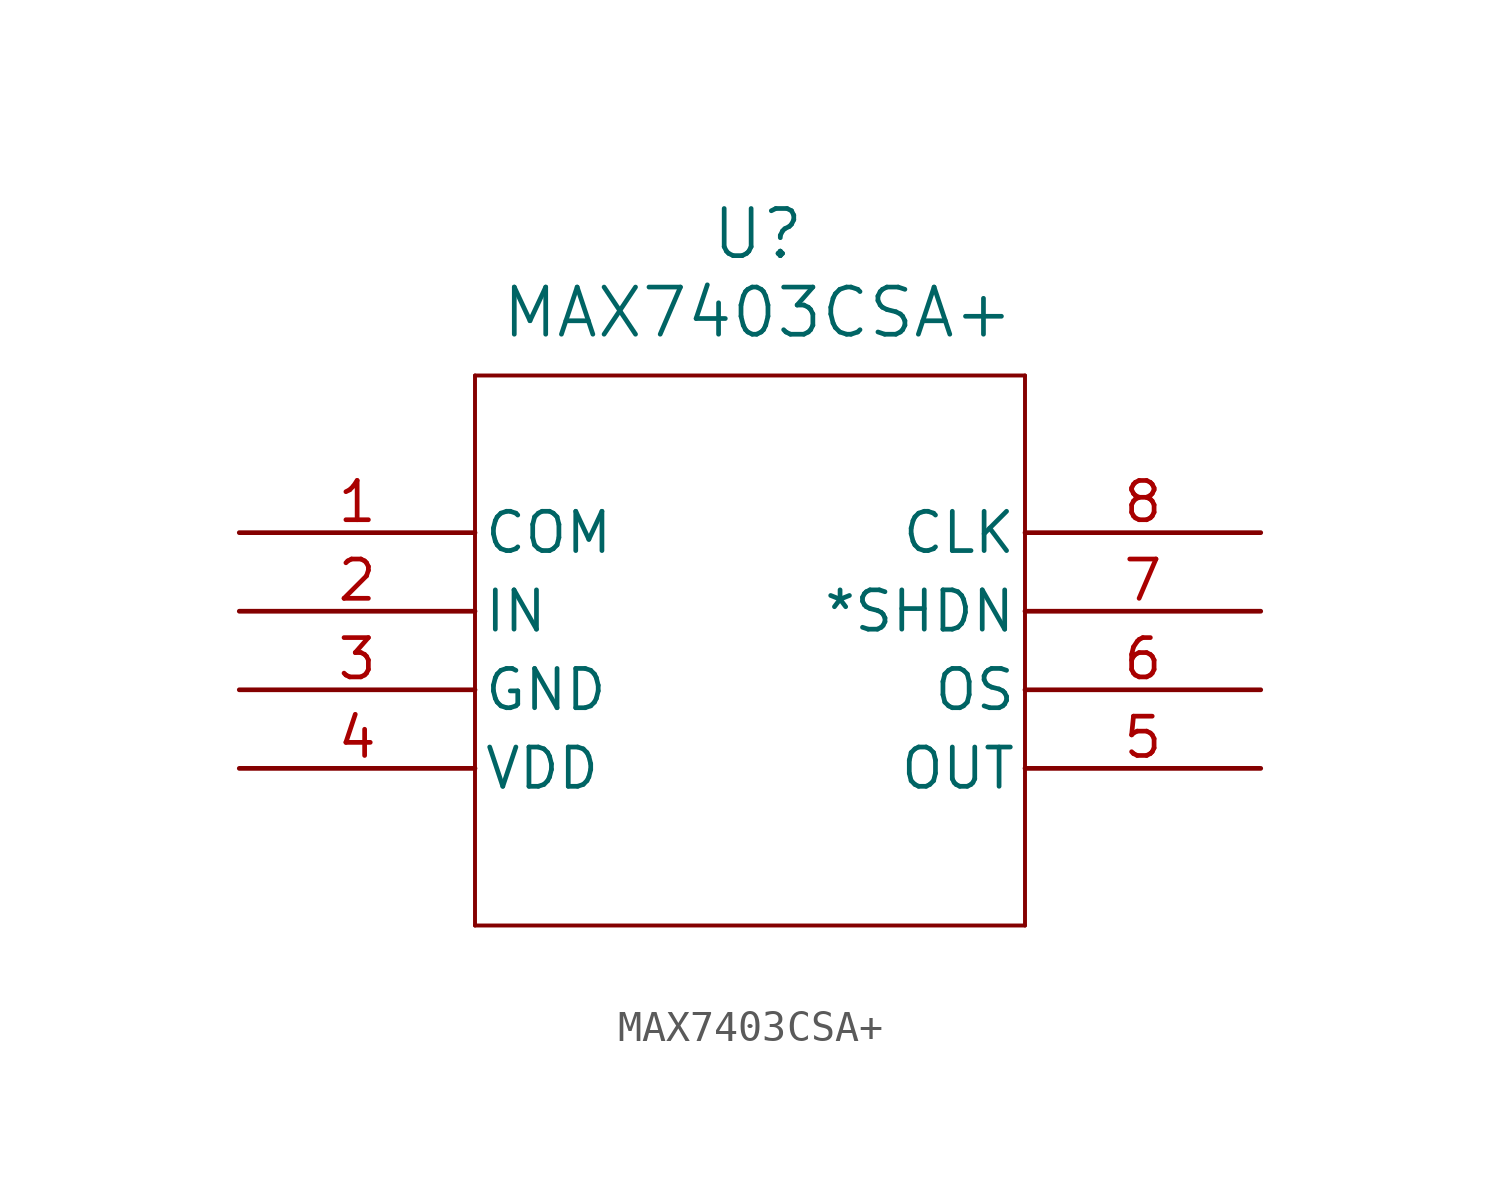
<source format=kicad_sym>
(kicad_symbol_lib
  (version 20231120)
  (generator "kicad_symbol_editor")
  (generator_version "8.0")
  (symbol "MAX7403CSA+"
    (pin_names
      (offset 0.254))
    (property "Reference" "U"
      (at 16.764 9.652 0)
      (effects (font (size 1.524 1.524))))
    (property "Value" "MAX7403CSA+"
      (at 16.764 7.112 0)
      (effects (font (size 1.524 1.524))))
    (property "ki_locked" ""
      (at 0 0 0)
      (effects (font (size 1.27 1.27))))
    (symbol "MAX7403CSA+_0_1"
      (polyline (pts (xy 7.62 -12.7) (xy 25.4 -12.7)) (stroke (width 0.127) (type default)) (fill (type none)))
      (polyline (pts (xy 7.62 5.08) (xy 7.62 -12.7)) (stroke (width 0.127) (type default)) (fill (type none)))
      (polyline (pts (xy 25.4 -12.7) (xy 25.4 5.08)) (stroke (width 0.127) (type default)) (fill (type none)))
      (polyline (pts (xy 25.4 5.08) (xy 7.62 5.08)) (stroke (width 0.127) (type default)) (fill (type none)))
      (pin input line (at 0 0 0) (length 7.62) (name "COM" (effects (font (size 1.27 1.27)))) (number "1" (effects (font (size 1.27 1.27)))))
      (pin input line (at 0 -2.54 0) (length 7.62) (name "IN" (effects (font (size 1.27 1.27)))) (number "2" (effects (font (size 1.27 1.27)))))
      (pin power_in line (at 0 -5.08 0) (length 7.62) (name "GND" (effects (font (size 1.27 1.27)))) (number "3" (effects (font (size 1.27 1.27)))))
      (pin power_in line (at 0 -7.62 0) (length 7.62) (name "VDD" (effects (font (size 1.27 1.27)))) (number "4" (effects (font (size 1.27 1.27)))))
      (pin output line (at 33.02 -7.62 180) (length 7.62) (name "OUT" (effects (font (size 1.27 1.27)))) (number "5" (effects (font (size 1.27 1.27)))))
      (pin input line (at 33.02 -5.08 180) (length 7.62) (name "OS" (effects (font (size 1.27 1.27)))) (number "6" (effects (font (size 1.27 1.27)))))
      (pin input line (at 33.02 -2.54 180) (length 7.62) (name "*SHDN" (effects (font (size 1.27 1.27)))) (number "7" (effects (font (size 1.27 1.27)))))
      (pin input line (at 33.02 0 180) (length 7.62) (name "CLK" (effects (font (size 1.27 1.27)))) (number "8" (effects (font (size 1.27 1.27))))))))
</source>
